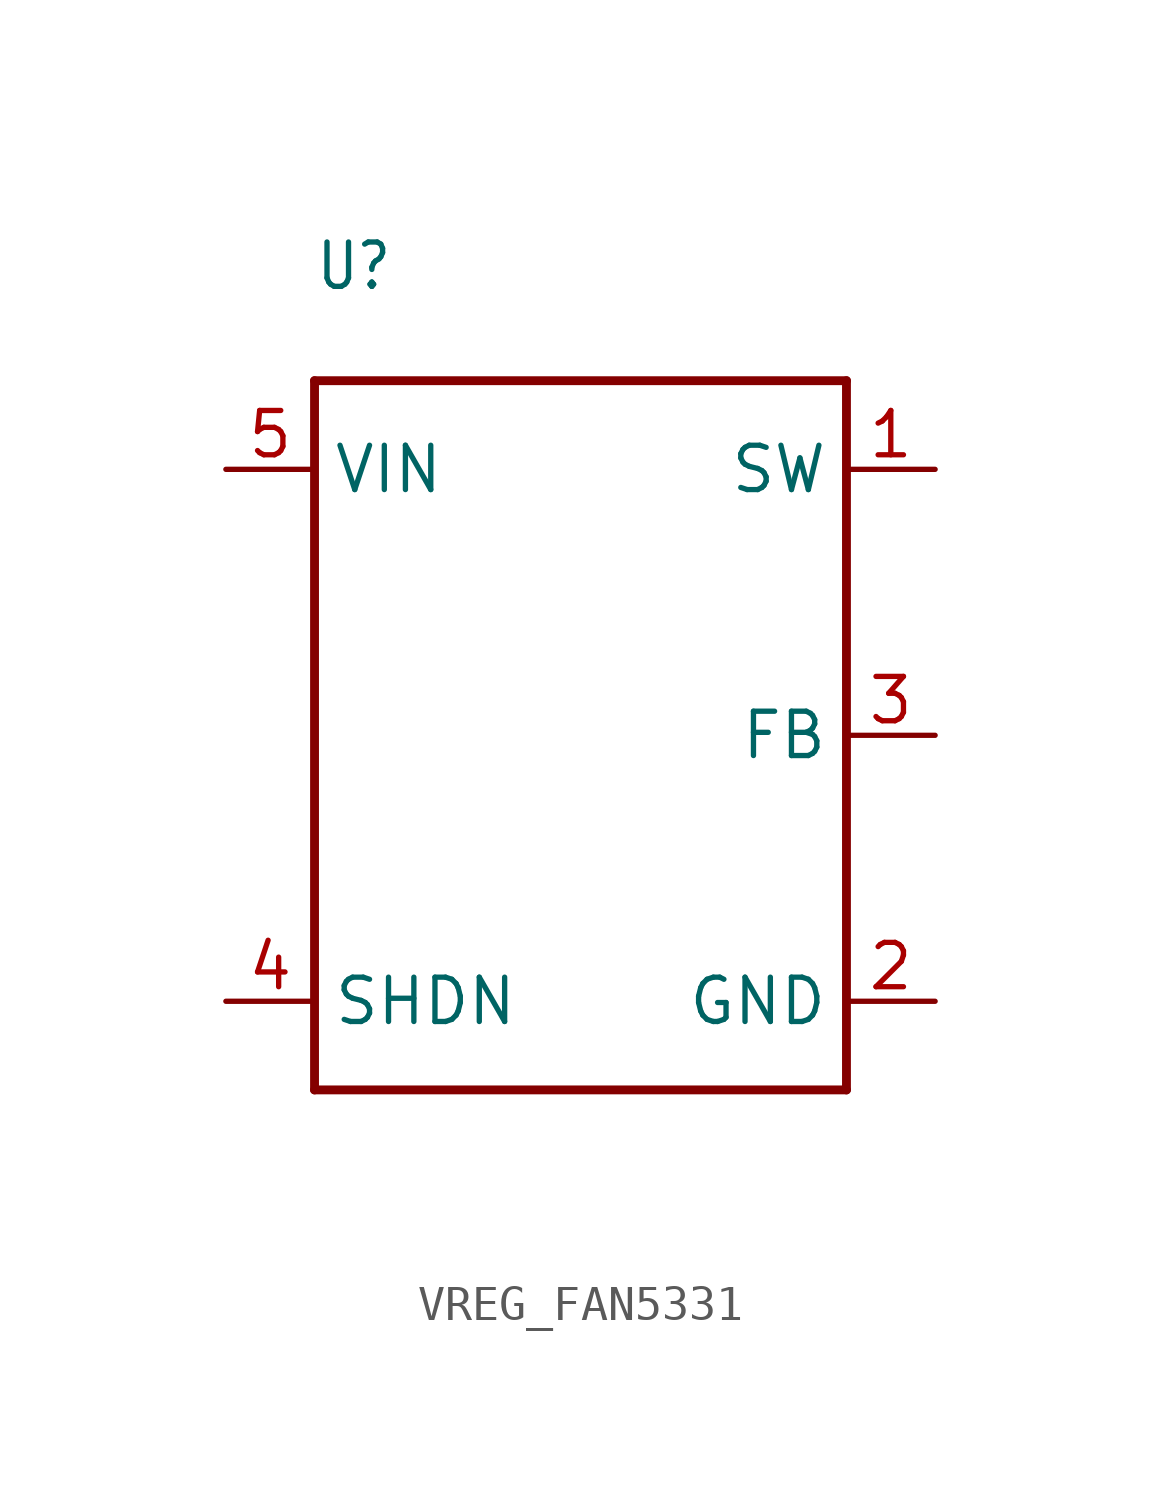
<source format=kicad_sym>
(kicad_symbol_lib
  (version 20231120)
  (generator "kicad_symbol_editor")
  (generator_version "8.0")
  (symbol "VREG_FAN5331"
    (property "Reference" "U"
      (at -7.62 12.7 0)
      (effects (font (size 1.27 1.079)) (justify left bottom)))
    (property "Value" ""
      (at -7.62 -12.7 0)
      (effects (font (size 1.27 1.079)) (justify left bottom)))
    (property "ki_locked" ""
      (at 0 0 0)
      (effects (font (size 1.27 1.27))))
    (symbol "VREG_FAN5331_1_0"
      (polyline (pts (xy -7.62 -10.16) (xy -7.62 10.16)) (stroke (width 0.254) (type solid)) (fill (type none)))
      (polyline (pts (xy -7.62 10.16) (xy 7.62 10.16)) (stroke (width 0.254) (type solid)) (fill (type none)))
      (polyline (pts (xy 7.62 -10.16) (xy -7.62 -10.16)) (stroke (width 0.254) (type solid)) (fill (type none)))
      (polyline (pts (xy 7.62 10.16) (xy 7.62 -10.16)) (stroke (width 0.254) (type solid)) (fill (type none)))
      (pin bidirectional line (at 10.16 7.62 180) (length 2.54) (name "SW" (effects (font (size 1.27 1.27)))) (number "1" (effects (font (size 1.27 1.27)))))
      (pin bidirectional line (at 10.16 -7.62 180) (length 2.54) (name "GND" (effects (font (size 1.27 1.27)))) (number "2" (effects (font (size 1.27 1.27)))))
      (pin bidirectional line (at 10.16 0 180) (length 2.54) (name "FB" (effects (font (size 1.27 1.27)))) (number "3" (effects (font (size 1.27 1.27)))))
      (pin bidirectional line (at -10.16 -7.62 0) (length 2.54) (name "SHDN" (effects (font (size 1.27 1.27)))) (number "4" (effects (font (size 1.27 1.27)))))
      (pin bidirectional line (at -10.16 7.62 0) (length 2.54) (name "VIN" (effects (font (size 1.27 1.27)))) (number "5" (effects (font (size 1.27 1.27))))))))
</source>
